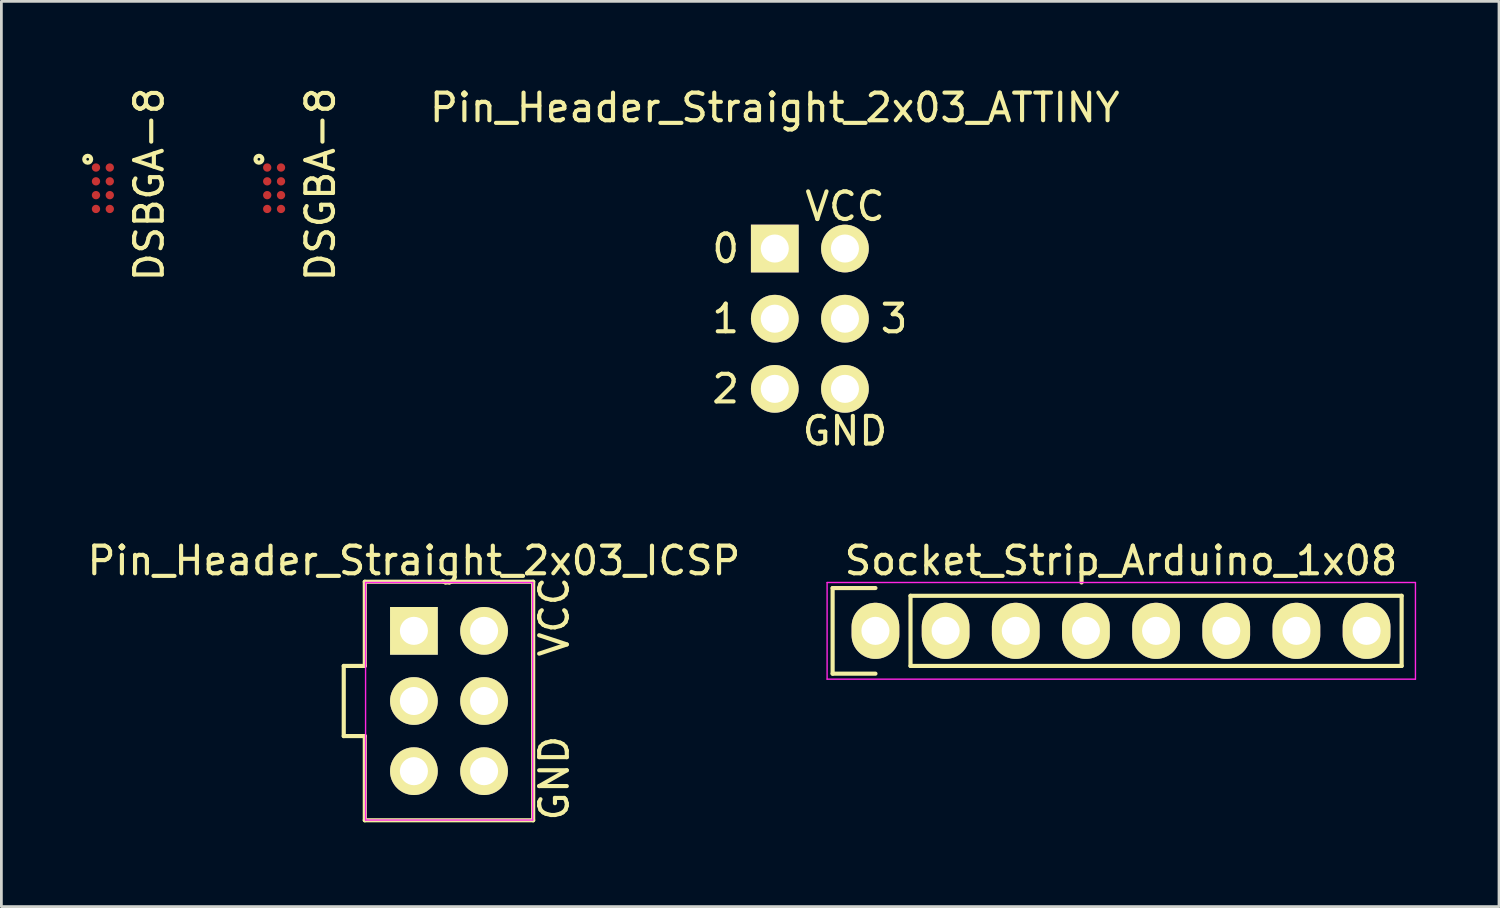
<source format=kicad_pcb>
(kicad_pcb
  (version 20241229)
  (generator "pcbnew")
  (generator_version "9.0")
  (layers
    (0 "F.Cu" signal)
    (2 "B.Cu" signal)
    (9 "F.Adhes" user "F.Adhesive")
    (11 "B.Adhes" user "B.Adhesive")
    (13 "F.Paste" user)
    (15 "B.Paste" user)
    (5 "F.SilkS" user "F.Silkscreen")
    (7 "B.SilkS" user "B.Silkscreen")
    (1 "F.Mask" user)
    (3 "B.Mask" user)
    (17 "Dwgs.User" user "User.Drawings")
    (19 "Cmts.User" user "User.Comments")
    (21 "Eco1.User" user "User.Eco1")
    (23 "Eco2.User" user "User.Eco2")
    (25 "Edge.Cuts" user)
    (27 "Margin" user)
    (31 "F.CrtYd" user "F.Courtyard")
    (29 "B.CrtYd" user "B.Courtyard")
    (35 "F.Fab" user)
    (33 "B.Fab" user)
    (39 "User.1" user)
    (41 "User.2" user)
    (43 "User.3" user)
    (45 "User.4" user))
  (footprint "DSBGA-8"
    (layer "F.Cu")
    (at 0.675 3.765)
    (property "Reference" "DSBGA-8" (at 1.676 -0.14 90) (layer "F.SilkS") (effects (font (size 1 1) (thickness 0.15))))
    (attr smd)
    (fp_circle (center -0.55 -1.05) (end -0.5 -1.05) (stroke (width 0.15) (type solid)) (fill no) (layer "F.SilkS"))
    (pad "A1" smd circle (at -0.25 -0.75) (size 0.3 0.3) (layers "F.Cu" "F.Mask" "F.Paste"))
    (pad "A2" smd circle (at 0.25 -0.75) (size 0.3 0.3) (layers "F.Cu" "F.Mask" "F.Paste"))
    (pad "B1" smd circle (at -0.25 -0.25) (size 0.3 0.3) (layers "F.Cu" "F.Mask" "F.Paste"))
    (pad "B2" smd circle (at 0.25 -0.25) (size 0.3 0.3) (layers "F.Cu" "F.Mask" "F.Paste"))
    (pad "C1" smd circle (at -0.25 0.25) (size 0.3 0.3) (layers "F.Cu" "F.Mask" "F.Paste"))
    (pad "C2" smd circle (at 0.25 0.25) (size 0.3 0.3) (layers "F.Cu" "F.Mask" "F.Paste"))
    (pad "D1" smd circle (at -0.25 0.75) (size 0.3 0.3) (layers "F.Cu" "F.Mask" "F.Paste"))
    (pad "D2" smd circle (at 0.25 0.75) (size 0.3 0.3) (layers "F.Cu" "F.Mask" "F.Paste")))
  (footprint "DSGBA-8"
    (layer "F.Cu")
    (at 6.874 3.765)
    (property "Reference" "DSGBA-8" (at 1.676 -0.14 90) (layer "F.SilkS") (effects (font (size 1 1) (thickness 0.15))))
    (attr smd)
    (fp_circle (center -0.55 -1.05) (end -0.5 -1.05) (stroke (width 0.15) (type solid)) (fill no) (layer "F.SilkS"))
    (pad "A1" smd circle (at -0.25 -0.75) (size 0.3 0.3) (layers "F.Cu" "F.Mask" "F.Paste"))
    (pad "A2" smd circle (at 0.25 -0.75) (size 0.3 0.3) (layers "F.Cu" "F.Mask" "F.Paste"))
    (pad "B1" smd circle (at -0.25 -0.25) (size 0.3 0.3) (layers "F.Cu" "F.Mask" "F.Paste"))
    (pad "B2" smd circle (at 0.25 -0.25) (size 0.3 0.3) (layers "F.Cu" "F.Mask" "F.Paste"))
    (pad "C1" smd circle (at -0.25 0.25) (size 0.3 0.3) (layers "F.Cu" "F.Mask" "F.Paste"))
    (pad "C2" smd circle (at 0.25 0.25) (size 0.3 0.3) (layers "F.Cu" "F.Mask" "F.Paste"))
    (pad "D1" smd circle (at -0.25 0.75) (size 0.3 0.3) (layers "F.Cu" "F.Mask" "F.Paste"))
    (pad "D2" smd circle (at 0.25 0.75) (size 0.3 0.3) (layers "F.Cu" "F.Mask" "F.Paste")))
  (footprint "Pin_Header_Straight_2x03_ICSP"
    (layer "F.Cu")
    (at 11.935 19.789)
    (property "Reference" "Pin_Header_Straight_2x03_ICSP" (at 0 -2.54 0) (layer "F.SilkS") (effects (font (size 1 1) (thickness 0.15))))
    (attr through_hole)
    (fp_line (start -2.54 1.27) (end -2.54 3.81) (stroke (width 0.15) (type solid)) (layer "F.SilkS"))
    (fp_line (start -2.54 3.81) (end -1.778 3.81) (stroke (width 0.15) (type solid)) (layer "F.SilkS"))
    (fp_line (start -1.778 -1.778) (end -1.778 1.27) (stroke (width 0.15) (type solid)) (layer "F.SilkS"))
    (fp_line (start -1.778 1.27) (end -2.54 1.27) (stroke (width 0.15) (type solid)) (layer "F.SilkS"))
    (fp_line (start -1.778 3.81) (end -1.778 6.858) (stroke (width 0.15) (type solid)) (layer "F.SilkS"))
    (fp_line (start -1.778 6.858) (end 4.318 6.858) (stroke (width 0.15) (type solid)) (layer "F.SilkS"))
    (fp_line (start 4.318 -1.778) (end -1.778 -1.778) (stroke (width 0.15) (type solid)) (layer "F.SilkS"))
    (fp_line (start 4.318 6.858) (end 4.318 -1.778) (stroke (width 0.15) (type solid)) (layer "F.SilkS"))
    (fp_line (start -1.75 -1.75) (end -1.75 6.85) (stroke (width 0.05) (type solid)) (layer "F.CrtYd"))
    (fp_line (start -1.75 -1.75) (end 4.3 -1.75) (stroke (width 0.05) (type solid)) (layer "F.CrtYd"))
    (fp_line (start -1.75 6.85) (end 4.3 6.85) (stroke (width 0.05) (type solid)) (layer "F.CrtYd"))
    (fp_line (start 4.3 -1.75) (end 4.3 6.85) (stroke (width 0.05) (type solid)) (layer "F.CrtYd"))
    (fp_text user "GND" (at 5.08 5.334 90) (layer "F.SilkS") (effects (font (size 1 1) (thickness 0.15))))
    (fp_text user "VCC" (at 5.08 -0.508 90) (layer "F.SilkS") (effects (font (size 1 1) (thickness 0.15))))
    (pad "1" thru_hole rect (at 0 0) (size 1.727 1.727) (drill 1.016) (layers "*.Cu" "*.Mask" "F.SilkS"))
    (pad "2" thru_hole oval (at 2.54 0) (size 1.727 1.727) (drill 1.016) (layers "*.Cu" "*.Mask" "F.SilkS"))
    (pad "3" thru_hole oval (at 0 2.54) (size 1.727 1.727) (drill 1.016) (layers "*.Cu" "*.Mask" "F.SilkS"))
    (pad "4" thru_hole oval (at 2.54 2.54) (size 1.727 1.727) (drill 1.016) (layers "*.Cu" "*.Mask" "F.SilkS"))
    (pad "5" thru_hole oval (at 0 5.08) (size 1.727 1.727) (drill 1.016) (layers "*.Cu" "*.Mask" "F.SilkS"))
    (pad "6" thru_hole oval (at 2.54 5.08) (size 1.727 1.727) (drill 1.016) (layers "*.Cu" "*.Mask" "F.SilkS")))
  (footprint "Pin_Header_Straight_2x03_ATTINY"
    (layer "F.Cu")
    (at 25 5.948)
    (property "Reference" "Pin_Header_Straight_2x03_ATTINY" (at 0 -5.1 0) (layer "F.SilkS") (effects (font (size 1 1) (thickness 0.15))))
    (attr through_hole)
    (fp_text user "2" (at -1.778 5.08 0) (layer "F.SilkS") (effects (font (size 1 1) (thickness 0.15))))
    (fp_text user "GND" (at 2.54 6.604 0) (layer "F.SilkS") (effects (font (size 1 1) (thickness 0.15))))
    (fp_text user "3" (at 4.318 2.54 0) (layer "F.SilkS") (effects (font (size 1 1) (thickness 0.15))))
    (fp_text user "1" (at -1.778 2.54 0) (layer "F.SilkS") (effects (font (size 1 1) (thickness 0.15))))
    (fp_text user "VCC" (at 2.54 -1.524 0) (layer "F.SilkS") (effects (font (size 1 1) (thickness 0.15))))
    (fp_text user "0" (at -1.778 0 0) (layer "F.SilkS") (effects (font (size 1 1) (thickness 0.15))))
    (pad "1" thru_hole rect (at 0 0) (size 1.727 1.727) (drill 1.016) (layers "*.Cu" "*.Mask" "F.SilkS"))
    (pad "2" thru_hole oval (at 2.54 0) (size 1.727 1.727) (drill 1.016) (layers "*.Cu" "*.Mask" "F.SilkS"))
    (pad "3" thru_hole oval (at 0 2.54) (size 1.727 1.727) (drill 1.016) (layers "*.Cu" "*.Mask" "F.SilkS"))
    (pad "4" thru_hole oval (at 2.54 2.54) (size 1.727 1.727) (drill 1.016) (layers "*.Cu" "*.Mask" "F.SilkS"))
    (pad "5" thru_hole oval (at 0 5.08) (size 1.727 1.727) (drill 1.016) (layers "*.Cu" "*.Mask" "F.SilkS"))
    (pad "6" thru_hole oval (at 2.54 5.08) (size 1.727 1.727) (drill 1.016) (layers "*.Cu" "*.Mask" "F.SilkS")))
  (footprint "Socket_Strip_Arduino_1x08"
    (layer "F.Cu")
    (at 28.644 19.789)
    (property "Reference" "Socket_Strip_Arduino_1x08" (at 8.89 -2.54 0) (layer "F.SilkS") (effects (font (size 1 1) (thickness 0.15))))
    (attr through_hole)
    (fp_line (start -1.55 -1.55) (end -1.55 1.55) (stroke (width 0.15) (type solid)) (layer "F.SilkS"))
    (fp_line (start -1.55 1.55) (end 0 1.55) (stroke (width 0.15) (type solid)) (layer "F.SilkS"))
    (fp_line (start 0 -1.55) (end -1.55 -1.55) (stroke (width 0.15) (type solid)) (layer "F.SilkS"))
    (fp_line (start 1.27 1.27) (end 1.27 -1.27) (stroke (width 0.15) (type solid)) (layer "F.SilkS"))
    (fp_line (start 1.27 1.27) (end 19.05 1.27) (stroke (width 0.15) (type solid)) (layer "F.SilkS"))
    (fp_line (start 19.05 -1.27) (end 1.27 -1.27) (stroke (width 0.15) (type solid)) (layer "F.SilkS"))
    (fp_line (start 19.05 1.27) (end 19.05 -1.27) (stroke (width 0.15) (type solid)) (layer "F.SilkS"))
    (fp_line (start -1.75 -1.75) (end -1.75 1.75) (stroke (width 0.05) (type solid)) (layer "F.CrtYd"))
    (fp_line (start -1.75 -1.75) (end 19.55 -1.75) (stroke (width 0.05) (type solid)) (layer "F.CrtYd"))
    (fp_line (start -1.75 1.75) (end 19.55 1.75) (stroke (width 0.05) (type solid)) (layer "F.CrtYd"))
    (fp_line (start 19.55 -1.75) (end 19.55 1.75) (stroke (width 0.05) (type solid)) (layer "F.CrtYd"))
    (pad "1" thru_hole oval (at 0 0) (size 1.727 2.032) (drill 1.016) (layers "*.Cu" "*.Mask" "F.SilkS"))
    (pad "2" thru_hole oval (at 2.54 0) (size 1.727 2.032) (drill 1.016) (layers "*.Cu" "*.Mask" "F.SilkS"))
    (pad "3" thru_hole oval (at 5.08 0) (size 1.727 2.032) (drill 1.016) (layers "*.Cu" "*.Mask" "F.SilkS"))
    (pad "4" thru_hole oval (at 7.62 0) (size 1.727 2.032) (drill 1.016) (layers "*.Cu" "*.Mask" "F.SilkS"))
    (pad "5" thru_hole oval (at 10.16 0) (size 1.727 2.032) (drill 1.016) (layers "*.Cu" "*.Mask" "F.SilkS"))
    (pad "6" thru_hole oval (at 12.7 0) (size 1.727 2.032) (drill 1.016) (layers "*.Cu" "*.Mask" "F.SilkS"))
    (pad "7" thru_hole oval (at 15.24 0) (size 1.727 2.032) (drill 1.016) (layers "*.Cu" "*.Mask" "F.SilkS"))
    (pad "8" thru_hole oval (at 17.78 0) (size 1.727 2.032) (drill 1.016) (layers "*.Cu" "*.Mask" "F.SilkS")))
  (gr_rect
    (start -3 -3)
    (end 51.219 29.772)
    (stroke (width 0.1) (type default))
    (fill no)
    (layer "Edge.Cuts")))
</source>
